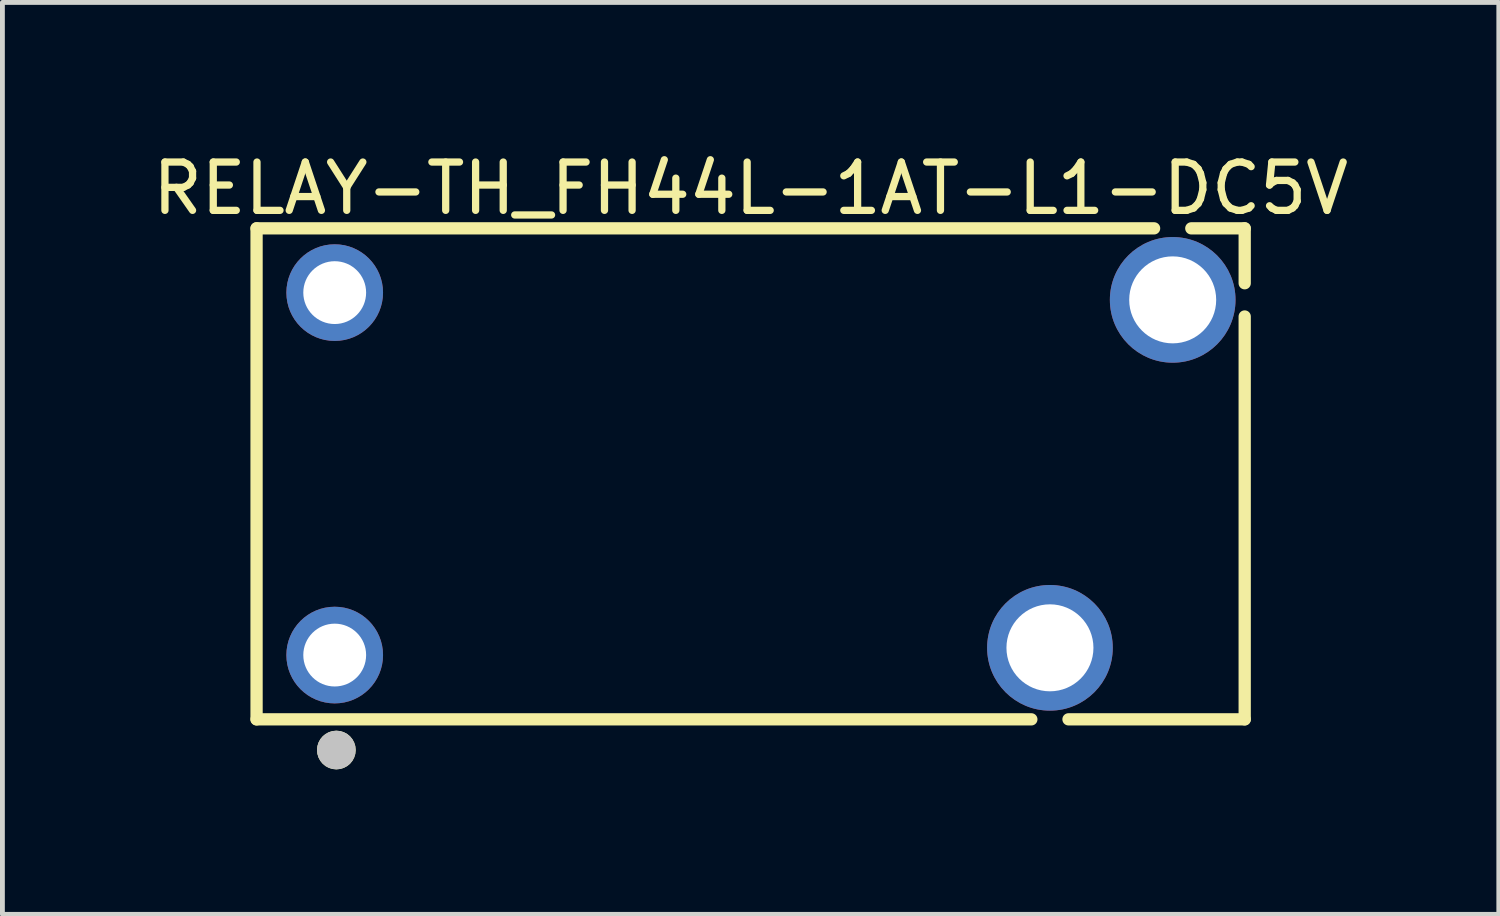
<source format=kicad_pcb>
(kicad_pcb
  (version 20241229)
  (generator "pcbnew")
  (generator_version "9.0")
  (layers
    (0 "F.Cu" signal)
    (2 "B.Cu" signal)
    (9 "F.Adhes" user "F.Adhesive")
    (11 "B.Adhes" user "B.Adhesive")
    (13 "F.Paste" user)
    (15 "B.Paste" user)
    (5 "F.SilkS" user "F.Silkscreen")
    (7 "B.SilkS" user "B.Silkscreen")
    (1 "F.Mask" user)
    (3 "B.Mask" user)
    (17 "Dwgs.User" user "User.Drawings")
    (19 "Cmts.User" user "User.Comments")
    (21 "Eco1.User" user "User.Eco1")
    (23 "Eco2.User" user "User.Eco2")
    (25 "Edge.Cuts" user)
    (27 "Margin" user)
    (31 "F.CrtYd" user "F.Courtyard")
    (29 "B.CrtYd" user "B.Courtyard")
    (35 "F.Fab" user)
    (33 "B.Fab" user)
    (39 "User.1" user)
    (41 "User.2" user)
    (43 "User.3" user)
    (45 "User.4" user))
  (footprint "RELAY-TH_FH44L-1AT-L1-DC5V"
    (layer "F.Cu")
    (at 12.546 6.755)
    (property "Reference" "RELAY-TH_FH44L-1AT-L1-DC5V" (at -0.064 -5.907 0) (layer "F.SilkS") (effects (font (size 1 1) (thickness 0.15))))
    (fp_line (start -10.287 -5.08) (end -10.287 5.08) (stroke (width 0.254) (type default)) (layer "F.SilkS"))
    (fp_line (start -10.287 5.08) (end 5.745 5.08) (stroke (width 0.254) (type default)) (layer "F.SilkS"))
    (fp_line (start 6.514 5.08) (end 10.16 5.08) (stroke (width 0.254) (type default)) (layer "F.SilkS"))
    (fp_line (start 8.285 -5.08) (end -10.287 -5.08) (stroke (width 0.254) (type default)) (layer "F.SilkS"))
    (fp_line (start 10.16 -5.08) (end 9.055 -5.08) (stroke (width 0.254) (type default)) (layer "F.SilkS"))
    (fp_line (start 10.16 -3.944) (end 10.16 -5.08) (stroke (width 0.254) (type default)) (layer "F.SilkS"))
    (fp_line (start 10.16 5.08) (end 10.16 -3.256) (stroke (width 0.254) (type default)) (layer "F.SilkS"))
    (fp_circle (center -8.636 5.715) (end -8.436 5.715) (stroke (width 0.4) (type default)) (fill no) (layer "F.SilkS"))
    (fp_circle (center -8.636 5.715) (end -8.436 5.715) (stroke (width 0.4) (type default)) (fill no) (layer "Dwgs.User"))
    (fp_poly (pts (xy -8.895 -3.975) (xy -8.445 -3.975) (xy -8.445 -3.525) (xy -8.895 -3.525)) (stroke (width 0.1) (type default)) (fill no) (layer "User.1"))
    (fp_poly (pts (xy -8.895 3.525) (xy -8.445 3.525) (xy -8.445 3.975) (xy -8.895 3.975)) (stroke (width 0.1) (type default)) (fill no) (layer "User.1"))
    (fp_poly (pts (xy 5.98 4.25) (xy 5.98 2.95) (xy 6.28 2.95) (xy 6.28 4.25)) (stroke (width 0.1) (type default)) (fill no) (layer "User.1"))
    (fp_poly (pts (xy 8.52 -2.95) (xy 8.52 -4.25) (xy 8.82 -4.25) (xy 8.82 -2.95)) (stroke (width 0.1) (type default)) (fill no) (layer "User.1"))
    (fp_line (start -10.17 -5) (end 10.03 -5) (stroke (width 0.051) (type default)) (layer "User.2"))
    (fp_line (start -10.17 5) (end -10.17 -5) (stroke (width 0.051) (type default)) (layer "User.2"))
    (fp_line (start 10.03 -5) (end 10.03 5) (stroke (width 0.051) (type default)) (layer "User.2"))
    (fp_line (start 10.03 5) (end -10.17 5) (stroke (width 0.051) (type default)) (layer "User.2"))
    (fp_poly (pts (xy -10.11 5) (xy -10.128 4.958) (xy -10.17 4.94) (xy -10.212 4.958) (xy -10.23 5) (xy -10.212 5.042) (xy -10.17 5.06) (xy -10.128 5.042)) (stroke (width 0.1) (type default)) (fill no) (layer "User.3"))
    (pad "13" thru_hole circle (at 6.13 3.6) (size 2.6 2.6) (drill 1.8) (layers "*.Cu" "*.Mask"))
    (pad "14" thru_hole circle (at 8.67 -3.6) (size 2.6 2.6) (drill 1.8) (layers "*.Cu" "*.Mask"))
    (pad "A1" thru_hole circle (at -8.67 -3.75) (size 2 2) (drill 1.3) (layers "*.Cu" "*.Mask"))
    (pad "A2" thru_hole circle (at -8.67 3.75) (size 2 2) (drill 1.3) (layers "*.Cu" "*.Mask")))
  (gr_rect
    (start -3 -3)
    (end 27.964 15.87)
    (stroke (width 0.1) (type default))
    (fill no)
    (layer "Edge.Cuts")))
</source>
